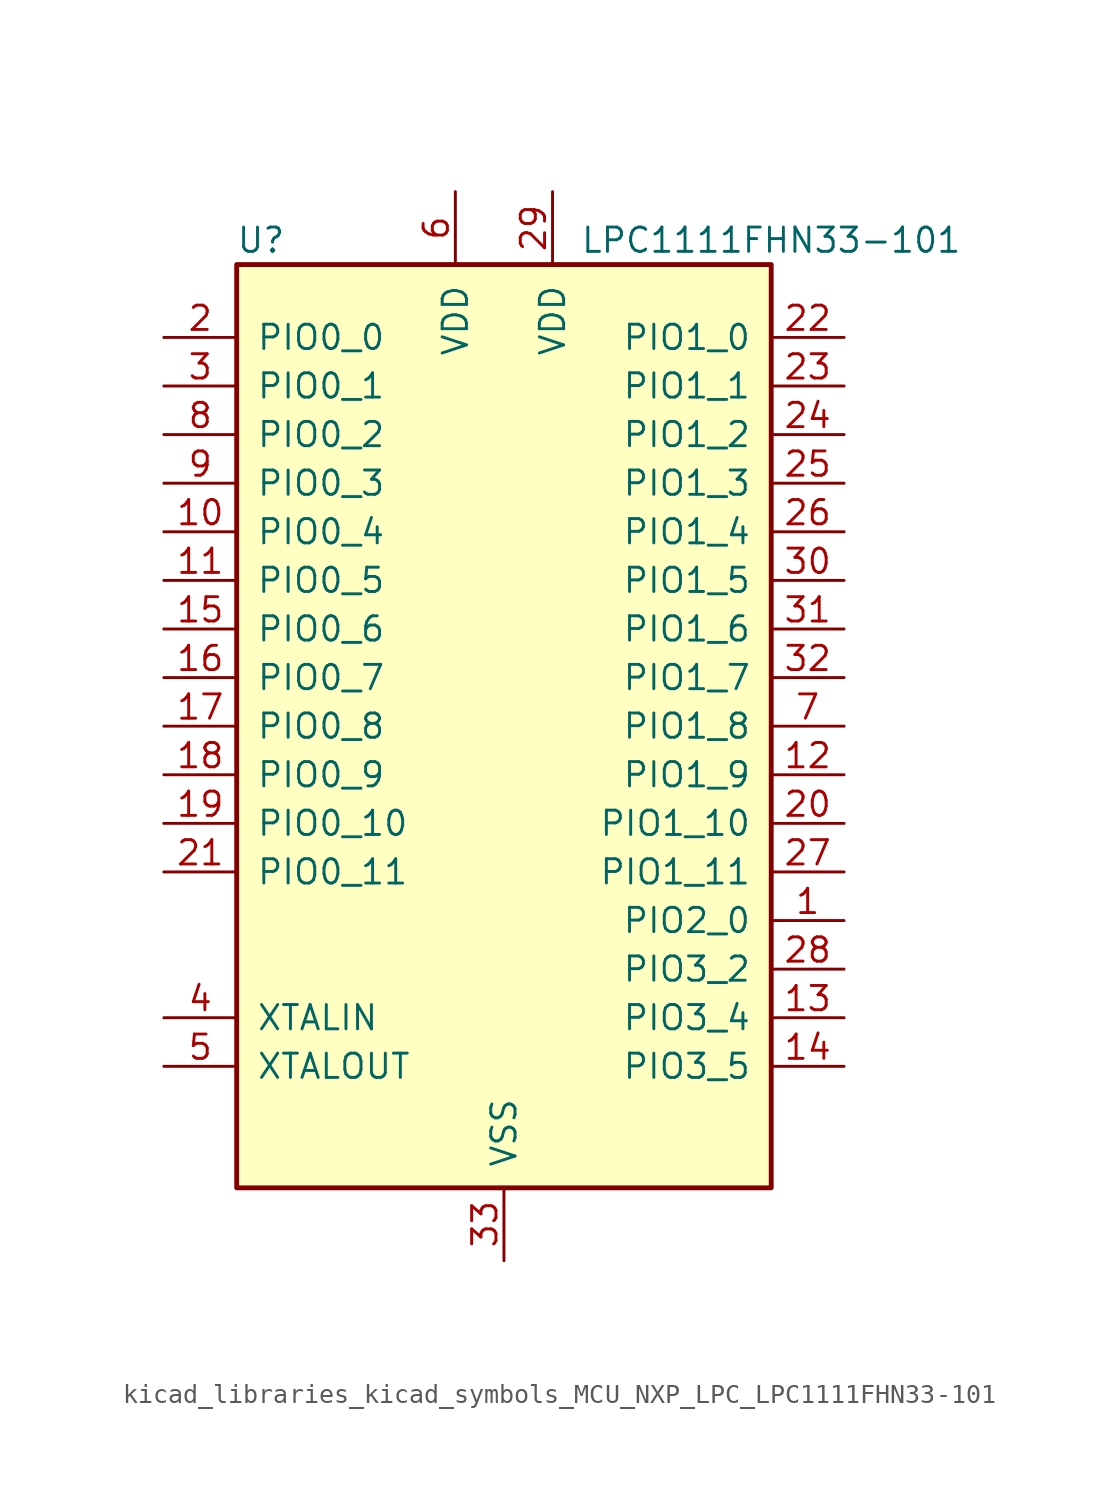
<source format=kicad_sym>
(kicad_symbol_lib
  (version 20220914)
  (generator kicad_symbol_editor)
  (symbol "kicad_libraries_kicad_symbols_MCU_NXP_LPC_LPC1111FHN33-101"
    (pin_names
      (offset 1.016))
    (property "Reference" "U"
      (at -12.7 25.4 0)
      (effects (font (size 1.27 1.27))))
    (property "Value" "LPC1111FHN33-101"
      (at 13.97 25.4 0)
      (effects (font (size 1.27 1.27))))
    (symbol "kicad_libraries_kicad_symbols_MCU_NXP_LPC_LPC1111FHN33-101_0_1"
      (rectangle (start -13.97 24.13) (end 13.97 -24.13) (stroke (width 0.254) (type default)) (fill (type background))))
    (symbol "kicad_libraries_kicad_symbols_MCU_NXP_LPC_LPC1111FHN33-101_1_1"
      (pin bidirectional line (at 17.78 -10.16 180) (length 3.81) (name "PIO2_0" (effects (font (size 1.27 1.27)))) (number "1" (effects (font (size 1.27 1.27)))))
      (pin bidirectional line (at -17.78 10.16 0) (length 3.81) (name "PIO0_4" (effects (font (size 1.27 1.27)))) (number "10" (effects (font (size 1.27 1.27)))))
      (pin bidirectional line (at -17.78 7.62 0) (length 3.81) (name "PIO0_5" (effects (font (size 1.27 1.27)))) (number "11" (effects (font (size 1.27 1.27)))))
      (pin bidirectional line (at 17.78 -2.54 180) (length 3.81) (name "PIO1_9" (effects (font (size 1.27 1.27)))) (number "12" (effects (font (size 1.27 1.27)))))
      (pin bidirectional line (at 17.78 -15.24 180) (length 3.81) (name "PIO3_4" (effects (font (size 1.27 1.27)))) (number "13" (effects (font (size 1.27 1.27)))))
      (pin bidirectional line (at 17.78 -17.78 180) (length 3.81) (name "PIO3_5" (effects (font (size 1.27 1.27)))) (number "14" (effects (font (size 1.27 1.27)))))
      (pin bidirectional line (at -17.78 5.08 0) (length 3.81) (name "PIO0_6" (effects (font (size 1.27 1.27)))) (number "15" (effects (font (size 1.27 1.27)))))
      (pin bidirectional line (at -17.78 2.54 0) (length 3.81) (name "PIO0_7" (effects (font (size 1.27 1.27)))) (number "16" (effects (font (size 1.27 1.27)))))
      (pin bidirectional line (at -17.78 0 0) (length 3.81) (name "PIO0_8" (effects (font (size 1.27 1.27)))) (number "17" (effects (font (size 1.27 1.27)))))
      (pin bidirectional line (at -17.78 -2.54 0) (length 3.81) (name "PIO0_9" (effects (font (size 1.27 1.27)))) (number "18" (effects (font (size 1.27 1.27)))))
      (pin bidirectional line (at -17.78 -5.08 0) (length 3.81) (name "PIO0_10" (effects (font (size 1.27 1.27)))) (number "19" (effects (font (size 1.27 1.27)))))
      (pin bidirectional line (at -17.78 20.32 0) (length 3.81) (name "PIO0_0" (effects (font (size 1.27 1.27)))) (number "2" (effects (font (size 1.27 1.27)))))
      (pin bidirectional line (at 17.78 -5.08 180) (length 3.81) (name "PIO1_10" (effects (font (size 1.27 1.27)))) (number "20" (effects (font (size 1.27 1.27)))))
      (pin bidirectional line (at -17.78 -7.62 0) (length 3.81) (name "PIO0_11" (effects (font (size 1.27 1.27)))) (number "21" (effects (font (size 1.27 1.27)))))
      (pin bidirectional line (at 17.78 20.32 180) (length 3.81) (name "PIO1_0" (effects (font (size 1.27 1.27)))) (number "22" (effects (font (size 1.27 1.27)))))
      (pin bidirectional line (at 17.78 17.78 180) (length 3.81) (name "PIO1_1" (effects (font (size 1.27 1.27)))) (number "23" (effects (font (size 1.27 1.27)))))
      (pin bidirectional line (at 17.78 15.24 180) (length 3.81) (name "PIO1_2" (effects (font (size 1.27 1.27)))) (number "24" (effects (font (size 1.27 1.27)))))
      (pin bidirectional line (at 17.78 12.7 180) (length 3.81) (name "PIO1_3" (effects (font (size 1.27 1.27)))) (number "25" (effects (font (size 1.27 1.27)))))
      (pin bidirectional line (at 17.78 10.16 180) (length 3.81) (name "PIO1_4" (effects (font (size 1.27 1.27)))) (number "26" (effects (font (size 1.27 1.27)))))
      (pin bidirectional line (at 17.78 -7.62 180) (length 3.81) (name "PIO1_11" (effects (font (size 1.27 1.27)))) (number "27" (effects (font (size 1.27 1.27)))))
      (pin bidirectional line (at 17.78 -12.7 180) (length 3.81) (name "PIO3_2" (effects (font (size 1.27 1.27)))) (number "28" (effects (font (size 1.27 1.27)))))
      (pin power_in line (at 2.54 27.94 270) (length 3.81) (name "VDD" (effects (font (size 1.27 1.27)))) (number "29" (effects (font (size 1.27 1.27)))))
      (pin bidirectional line (at -17.78 17.78 0) (length 3.81) (name "PIO0_1" (effects (font (size 1.27 1.27)))) (number "3" (effects (font (size 1.27 1.27)))))
      (pin bidirectional line (at 17.78 7.62 180) (length 3.81) (name "PIO1_5" (effects (font (size 1.27 1.27)))) (number "30" (effects (font (size 1.27 1.27)))))
      (pin bidirectional line (at 17.78 5.08 180) (length 3.81) (name "PIO1_6" (effects (font (size 1.27 1.27)))) (number "31" (effects (font (size 1.27 1.27)))))
      (pin bidirectional line (at 17.78 2.54 180) (length 3.81) (name "PIO1_7" (effects (font (size 1.27 1.27)))) (number "32" (effects (font (size 1.27 1.27)))))
      (pin power_in line (at 0 -27.94 90) (length 3.81) (name "VSS" (effects (font (size 1.27 1.27)))) (number "33" (effects (font (size 1.27 1.27)))))
      (pin input line (at -17.78 -15.24 0) (length 3.81) (name "XTALIN" (effects (font (size 1.27 1.27)))) (number "4" (effects (font (size 1.27 1.27)))))
      (pin output line (at -17.78 -17.78 0) (length 3.81) (name "XTALOUT" (effects (font (size 1.27 1.27)))) (number "5" (effects (font (size 1.27 1.27)))))
      (pin power_in line (at -2.54 27.94 270) (length 3.81) (name "VDD" (effects (font (size 1.27 1.27)))) (number "6" (effects (font (size 1.27 1.27)))))
      (pin bidirectional line (at 17.78 0 180) (length 3.81) (name "PIO1_8" (effects (font (size 1.27 1.27)))) (number "7" (effects (font (size 1.27 1.27)))))
      (pin bidirectional line (at -17.78 15.24 0) (length 3.81) (name "PIO0_2" (effects (font (size 1.27 1.27)))) (number "8" (effects (font (size 1.27 1.27)))))
      (pin bidirectional line (at -17.78 12.7 0) (length 3.81) (name "PIO0_3" (effects (font (size 1.27 1.27)))) (number "9" (effects (font (size 1.27 1.27))))))))
</source>
